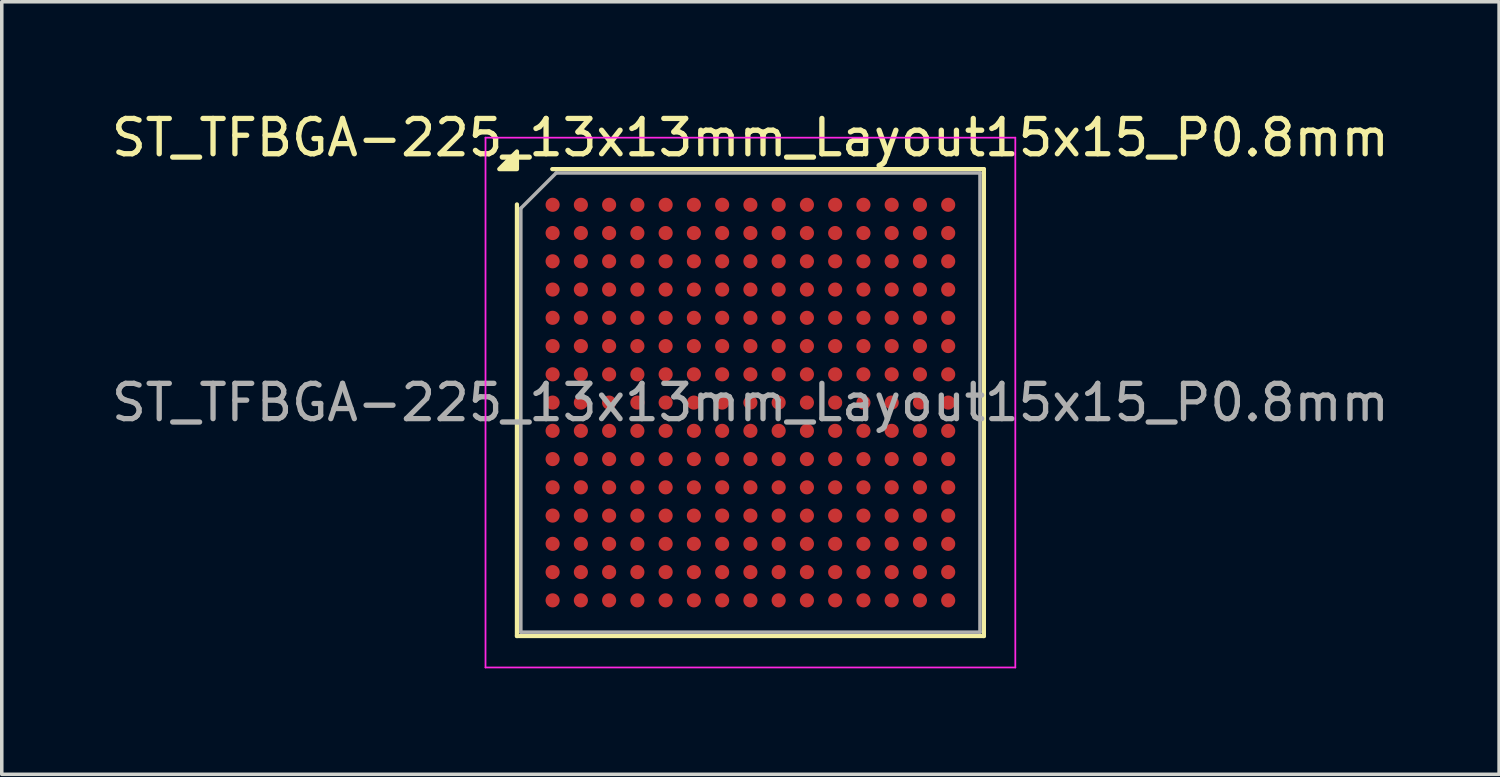
<source format=kicad_pcb>
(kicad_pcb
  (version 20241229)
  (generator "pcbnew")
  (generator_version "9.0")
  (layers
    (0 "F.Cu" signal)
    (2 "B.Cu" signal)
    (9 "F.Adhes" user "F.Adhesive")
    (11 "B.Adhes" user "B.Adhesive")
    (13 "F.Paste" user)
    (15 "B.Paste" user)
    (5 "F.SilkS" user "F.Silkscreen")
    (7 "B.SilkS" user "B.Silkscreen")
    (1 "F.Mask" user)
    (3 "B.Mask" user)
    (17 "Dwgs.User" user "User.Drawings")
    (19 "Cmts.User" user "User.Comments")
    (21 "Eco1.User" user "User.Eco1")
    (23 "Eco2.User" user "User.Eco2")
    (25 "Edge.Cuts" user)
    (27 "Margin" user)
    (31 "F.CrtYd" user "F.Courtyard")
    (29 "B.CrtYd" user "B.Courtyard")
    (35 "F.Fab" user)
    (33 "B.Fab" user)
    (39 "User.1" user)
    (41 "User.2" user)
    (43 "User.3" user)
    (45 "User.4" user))
  (footprint "ST_TFBGA-225_13x13mm_Layout15x15_P0.8mm"
    (layer "F.Cu")
    (at 18.196 8.348)
    (property "Reference" "ST_TFBGA-225_13x13mm_Layout15x15_P0.8mm" (at 0 -7.5 0) (layer "F.SilkS") (effects (font (size 1 1) (thickness 0.15))))
    (attr smd)
    (fp_line (start -6.61 6.61) (end -6.61 -5.61) (stroke (width 0.12) (type solid)) (layer "F.SilkS"))
    (fp_line (start -5.61 -6.61) (end 6.61 -6.61) (stroke (width 0.12) (type solid)) (layer "F.SilkS"))
    (fp_line (start 6.61 -6.61) (end 6.61 6.61) (stroke (width 0.12) (type solid)) (layer "F.SilkS"))
    (fp_line (start 6.61 6.61) (end -6.61 6.61) (stroke (width 0.12) (type solid)) (layer "F.SilkS"))
    (fp_poly (pts (xy -6.61 -6.61) (xy -7.11 -6.61) (xy -6.61 -7.11) (xy -6.61 -6.61)) (stroke (width 0.12) (type solid)) (fill yes) (layer "F.SilkS"))
    (fp_line (start -7.5 -7.5) (end -7.5 7.5) (stroke (width 0.05) (type solid)) (layer "F.CrtYd"))
    (fp_line (start -7.5 7.5) (end 7.5 7.5) (stroke (width 0.05) (type solid)) (layer "F.CrtYd"))
    (fp_line (start 7.5 -7.5) (end -7.5 -7.5) (stroke (width 0.05) (type solid)) (layer "F.CrtYd"))
    (fp_line (start 7.5 7.5) (end 7.5 -7.5) (stroke (width 0.05) (type solid)) (layer "F.CrtYd"))
    (fp_line (start -6.5 -5.5) (end -5.5 -6.5) (stroke (width 0.1) (type solid)) (layer "F.Fab"))
    (fp_line (start -6.5 6.5) (end -6.5 -5.5) (stroke (width 0.1) (type solid)) (layer "F.Fab"))
    (fp_line (start -5.5 -6.5) (end 6.5 -6.5) (stroke (width 0.1) (type solid)) (layer "F.Fab"))
    (fp_line (start 6.5 -6.5) (end 6.5 6.5) (stroke (width 0.1) (type solid)) (layer "F.Fab"))
    (fp_line (start 6.5 6.5) (end -6.5 6.5) (stroke (width 0.1) (type solid)) (layer "F.Fab"))
    (fp_text user "${REFERENCE}" (at 0 0 0) (layer "F.Fab") (effects (font (size 1 1) (thickness 0.15))))
    (pad "A1" smd circle (at -5.6 -5.6) (size 0.4 0.4) (property pad_prop_bga) (layers "F.Cu" "F.Mask" "F.Paste"))
    (pad "A2" smd circle (at -4.8 -5.6) (size 0.4 0.4) (property pad_prop_bga) (layers "F.Cu" "F.Mask" "F.Paste"))
    (pad "A3" smd circle (at -4 -5.6) (size 0.4 0.4) (property pad_prop_bga) (layers "F.Cu" "F.Mask" "F.Paste"))
    (pad "A4" smd circle (at -3.2 -5.6) (size 0.4 0.4) (property pad_prop_bga) (layers "F.Cu" "F.Mask" "F.Paste"))
    (pad "A5" smd circle (at -2.4 -5.6) (size 0.4 0.4) (property pad_prop_bga) (layers "F.Cu" "F.Mask" "F.Paste"))
    (pad "A6" smd circle (at -1.6 -5.6) (size 0.4 0.4) (property pad_prop_bga) (layers "F.Cu" "F.Mask" "F.Paste"))
    (pad "A7" smd circle (at -0.8 -5.6) (size 0.4 0.4) (property pad_prop_bga) (layers "F.Cu" "F.Mask" "F.Paste"))
    (pad "A8" smd circle (at 0 -5.6) (size 0.4 0.4) (property pad_prop_bga) (layers "F.Cu" "F.Mask" "F.Paste"))
    (pad "A9" smd circle (at 0.8 -5.6) (size 0.4 0.4) (property pad_prop_bga) (layers "F.Cu" "F.Mask" "F.Paste"))
    (pad "A10" smd circle (at 1.6 -5.6) (size 0.4 0.4) (property pad_prop_bga) (layers "F.Cu" "F.Mask" "F.Paste"))
    (pad "A11" smd circle (at 2.4 -5.6) (size 0.4 0.4) (property pad_prop_bga) (layers "F.Cu" "F.Mask" "F.Paste"))
    (pad "A12" smd circle (at 3.2 -5.6) (size 0.4 0.4) (property pad_prop_bga) (layers "F.Cu" "F.Mask" "F.Paste"))
    (pad "A13" smd circle (at 4 -5.6) (size 0.4 0.4) (property pad_prop_bga) (layers "F.Cu" "F.Mask" "F.Paste"))
    (pad "A14" smd circle (at 4.8 -5.6) (size 0.4 0.4) (property pad_prop_bga) (layers "F.Cu" "F.Mask" "F.Paste"))
    (pad "A15" smd circle (at 5.6 -5.6) (size 0.4 0.4) (property pad_prop_bga) (layers "F.Cu" "F.Mask" "F.Paste"))
    (pad "B1" smd circle (at -5.6 -4.8) (size 0.4 0.4) (property pad_prop_bga) (layers "F.Cu" "F.Mask" "F.Paste"))
    (pad "B2" smd circle (at -4.8 -4.8) (size 0.4 0.4) (property pad_prop_bga) (layers "F.Cu" "F.Mask" "F.Paste"))
    (pad "B3" smd circle (at -4 -4.8) (size 0.4 0.4) (property pad_prop_bga) (layers "F.Cu" "F.Mask" "F.Paste"))
    (pad "B4" smd circle (at -3.2 -4.8) (size 0.4 0.4) (property pad_prop_bga) (layers "F.Cu" "F.Mask" "F.Paste"))
    (pad "B5" smd circle (at -2.4 -4.8) (size 0.4 0.4) (property pad_prop_bga) (layers "F.Cu" "F.Mask" "F.Paste"))
    (pad "B6" smd circle (at -1.6 -4.8) (size 0.4 0.4) (property pad_prop_bga) (layers "F.Cu" "F.Mask" "F.Paste"))
    (pad "B7" smd circle (at -0.8 -4.8) (size 0.4 0.4) (property pad_prop_bga) (layers "F.Cu" "F.Mask" "F.Paste"))
    (pad "B8" smd circle (at 0 -4.8) (size 0.4 0.4) (property pad_prop_bga) (layers "F.Cu" "F.Mask" "F.Paste"))
    (pad "B9" smd circle (at 0.8 -4.8) (size 0.4 0.4) (property pad_prop_bga) (layers "F.Cu" "F.Mask" "F.Paste"))
    (pad "B10" smd circle (at 1.6 -4.8) (size 0.4 0.4) (property pad_prop_bga) (layers "F.Cu" "F.Mask" "F.Paste"))
    (pad "B11" smd circle (at 2.4 -4.8) (size 0.4 0.4) (property pad_prop_bga) (layers "F.Cu" "F.Mask" "F.Paste"))
    (pad "B12" smd circle (at 3.2 -4.8) (size 0.4 0.4) (property pad_prop_bga) (layers "F.Cu" "F.Mask" "F.Paste"))
    (pad "B13" smd circle (at 4 -4.8) (size 0.4 0.4) (property pad_prop_bga) (layers "F.Cu" "F.Mask" "F.Paste"))
    (pad "B14" smd circle (at 4.8 -4.8) (size 0.4 0.4) (property pad_prop_bga) (layers "F.Cu" "F.Mask" "F.Paste"))
    (pad "B15" smd circle (at 5.6 -4.8) (size 0.4 0.4) (property pad_prop_bga) (layers "F.Cu" "F.Mask" "F.Paste"))
    (pad "C1" smd circle (at -5.6 -4) (size 0.4 0.4) (property pad_prop_bga) (layers "F.Cu" "F.Mask" "F.Paste"))
    (pad "C2" smd circle (at -4.8 -4) (size 0.4 0.4) (property pad_prop_bga) (layers "F.Cu" "F.Mask" "F.Paste"))
    (pad "C3" smd circle (at -4 -4) (size 0.4 0.4) (property pad_prop_bga) (layers "F.Cu" "F.Mask" "F.Paste"))
    (pad "C4" smd circle (at -3.2 -4) (size 0.4 0.4) (property pad_prop_bga) (layers "F.Cu" "F.Mask" "F.Paste"))
    (pad "C5" smd circle (at -2.4 -4) (size 0.4 0.4) (property pad_prop_bga) (layers "F.Cu" "F.Mask" "F.Paste"))
    (pad "C6" smd circle (at -1.6 -4) (size 0.4 0.4) (property pad_prop_bga) (layers "F.Cu" "F.Mask" "F.Paste"))
    (pad "C7" smd circle (at -0.8 -4) (size 0.4 0.4) (property pad_prop_bga) (layers "F.Cu" "F.Mask" "F.Paste"))
    (pad "C8" smd circle (at 0 -4) (size 0.4 0.4) (property pad_prop_bga) (layers "F.Cu" "F.Mask" "F.Paste"))
    (pad "C9" smd circle (at 0.8 -4) (size 0.4 0.4) (property pad_prop_bga) (layers "F.Cu" "F.Mask" "F.Paste"))
    (pad "C10" smd circle (at 1.6 -4) (size 0.4 0.4) (property pad_prop_bga) (layers "F.Cu" "F.Mask" "F.Paste"))
    (pad "C11" smd circle (at 2.4 -4) (size 0.4 0.4) (property pad_prop_bga) (layers "F.Cu" "F.Mask" "F.Paste"))
    (pad "C12" smd circle (at 3.2 -4) (size 0.4 0.4) (property pad_prop_bga) (layers "F.Cu" "F.Mask" "F.Paste"))
    (pad "C13" smd circle (at 4 -4) (size 0.4 0.4) (property pad_prop_bga) (layers "F.Cu" "F.Mask" "F.Paste"))
    (pad "C14" smd circle (at 4.8 -4) (size 0.4 0.4) (property pad_prop_bga) (layers "F.Cu" "F.Mask" "F.Paste"))
    (pad "C15" smd circle (at 5.6 -4) (size 0.4 0.4) (property pad_prop_bga) (layers "F.Cu" "F.Mask" "F.Paste"))
    (pad "D1" smd circle (at -5.6 -3.2) (size 0.4 0.4) (property pad_prop_bga) (layers "F.Cu" "F.Mask" "F.Paste"))
    (pad "D2" smd circle (at -4.8 -3.2) (size 0.4 0.4) (property pad_prop_bga) (layers "F.Cu" "F.Mask" "F.Paste"))
    (pad "D3" smd circle (at -4 -3.2) (size 0.4 0.4) (property pad_prop_bga) (layers "F.Cu" "F.Mask" "F.Paste"))
    (pad "D4" smd circle (at -3.2 -3.2) (size 0.4 0.4) (property pad_prop_bga) (layers "F.Cu" "F.Mask" "F.Paste"))
    (pad "D5" smd circle (at -2.4 -3.2) (size 0.4 0.4) (property pad_prop_bga) (layers "F.Cu" "F.Mask" "F.Paste"))
    (pad "D6" smd circle (at -1.6 -3.2) (size 0.4 0.4) (property pad_prop_bga) (layers "F.Cu" "F.Mask" "F.Paste"))
    (pad "D7" smd circle (at -0.8 -3.2) (size 0.4 0.4) (property pad_prop_bga) (layers "F.Cu" "F.Mask" "F.Paste"))
    (pad "D8" smd circle (at 0 -3.2) (size 0.4 0.4) (property pad_prop_bga) (layers "F.Cu" "F.Mask" "F.Paste"))
    (pad "D9" smd circle (at 0.8 -3.2) (size 0.4 0.4) (property pad_prop_bga) (layers "F.Cu" "F.Mask" "F.Paste"))
    (pad "D10" smd circle (at 1.6 -3.2) (size 0.4 0.4) (property pad_prop_bga) (layers "F.Cu" "F.Mask" "F.Paste"))
    (pad "D11" smd circle (at 2.4 -3.2) (size 0.4 0.4) (property pad_prop_bga) (layers "F.Cu" "F.Mask" "F.Paste"))
    (pad "D12" smd circle (at 3.2 -3.2) (size 0.4 0.4) (property pad_prop_bga) (layers "F.Cu" "F.Mask" "F.Paste"))
    (pad "D13" smd circle (at 4 -3.2) (size 0.4 0.4) (property pad_prop_bga) (layers "F.Cu" "F.Mask" "F.Paste"))
    (pad "D14" smd circle (at 4.8 -3.2) (size 0.4 0.4) (property pad_prop_bga) (layers "F.Cu" "F.Mask" "F.Paste"))
    (pad "D15" smd circle (at 5.6 -3.2) (size 0.4 0.4) (property pad_prop_bga) (layers "F.Cu" "F.Mask" "F.Paste"))
    (pad "E1" smd circle (at -5.6 -2.4) (size 0.4 0.4) (property pad_prop_bga) (layers "F.Cu" "F.Mask" "F.Paste"))
    (pad "E2" smd circle (at -4.8 -2.4) (size 0.4 0.4) (property pad_prop_bga) (layers "F.Cu" "F.Mask" "F.Paste"))
    (pad "E3" smd circle (at -4 -2.4) (size 0.4 0.4) (property pad_prop_bga) (layers "F.Cu" "F.Mask" "F.Paste"))
    (pad "E4" smd circle (at -3.2 -2.4) (size 0.4 0.4) (property pad_prop_bga) (layers "F.Cu" "F.Mask" "F.Paste"))
    (pad "E5" smd circle (at -2.4 -2.4) (size 0.4 0.4) (property pad_prop_bga) (layers "F.Cu" "F.Mask" "F.Paste"))
    (pad "E6" smd circle (at -1.6 -2.4) (size 0.4 0.4) (property pad_prop_bga) (layers "F.Cu" "F.Mask" "F.Paste"))
    (pad "E7" smd circle (at -0.8 -2.4) (size 0.4 0.4) (property pad_prop_bga) (layers "F.Cu" "F.Mask" "F.Paste"))
    (pad "E8" smd circle (at 0 -2.4) (size 0.4 0.4) (property pad_prop_bga) (layers "F.Cu" "F.Mask" "F.Paste"))
    (pad "E9" smd circle (at 0.8 -2.4) (size 0.4 0.4) (property pad_prop_bga) (layers "F.Cu" "F.Mask" "F.Paste"))
    (pad "E10" smd circle (at 1.6 -2.4) (size 0.4 0.4) (property pad_prop_bga) (layers "F.Cu" "F.Mask" "F.Paste"))
    (pad "E11" smd circle (at 2.4 -2.4) (size 0.4 0.4) (property pad_prop_bga) (layers "F.Cu" "F.Mask" "F.Paste"))
    (pad "E12" smd circle (at 3.2 -2.4) (size 0.4 0.4) (property pad_prop_bga) (layers "F.Cu" "F.Mask" "F.Paste"))
    (pad "E13" smd circle (at 4 -2.4) (size 0.4 0.4) (property pad_prop_bga) (layers "F.Cu" "F.Mask" "F.Paste"))
    (pad "E14" smd circle (at 4.8 -2.4) (size 0.4 0.4) (property pad_prop_bga) (layers "F.Cu" "F.Mask" "F.Paste"))
    (pad "E15" smd circle (at 5.6 -2.4) (size 0.4 0.4) (property pad_prop_bga) (layers "F.Cu" "F.Mask" "F.Paste"))
    (pad "F1" smd circle (at -5.6 -1.6) (size 0.4 0.4) (property pad_prop_bga) (layers "F.Cu" "F.Mask" "F.Paste"))
    (pad "F2" smd circle (at -4.8 -1.6) (size 0.4 0.4) (property pad_prop_bga) (layers "F.Cu" "F.Mask" "F.Paste"))
    (pad "F3" smd circle (at -4 -1.6) (size 0.4 0.4) (property pad_prop_bga) (layers "F.Cu" "F.Mask" "F.Paste"))
    (pad "F4" smd circle (at -3.2 -1.6) (size 0.4 0.4) (property pad_prop_bga) (layers "F.Cu" "F.Mask" "F.Paste"))
    (pad "F5" smd circle (at -2.4 -1.6) (size 0.4 0.4) (property pad_prop_bga) (layers "F.Cu" "F.Mask" "F.Paste"))
    (pad "F6" smd circle (at -1.6 -1.6) (size 0.4 0.4) (property pad_prop_bga) (layers "F.Cu" "F.Mask" "F.Paste"))
    (pad "F7" smd circle (at -0.8 -1.6) (size 0.4 0.4) (property pad_prop_bga) (layers "F.Cu" "F.Mask" "F.Paste"))
    (pad "F8" smd circle (at 0 -1.6) (size 0.4 0.4) (property pad_prop_bga) (layers "F.Cu" "F.Mask" "F.Paste"))
    (pad "F9" smd circle (at 0.8 -1.6) (size 0.4 0.4) (property pad_prop_bga) (layers "F.Cu" "F.Mask" "F.Paste"))
    (pad "F10" smd circle (at 1.6 -1.6) (size 0.4 0.4) (property pad_prop_bga) (layers "F.Cu" "F.Mask" "F.Paste"))
    (pad "F11" smd circle (at 2.4 -1.6) (size 0.4 0.4) (property pad_prop_bga) (layers "F.Cu" "F.Mask" "F.Paste"))
    (pad "F12" smd circle (at 3.2 -1.6) (size 0.4 0.4) (property pad_prop_bga) (layers "F.Cu" "F.Mask" "F.Paste"))
    (pad "F13" smd circle (at 4 -1.6) (size 0.4 0.4) (property pad_prop_bga) (layers "F.Cu" "F.Mask" "F.Paste"))
    (pad "F14" smd circle (at 4.8 -1.6) (size 0.4 0.4) (property pad_prop_bga) (layers "F.Cu" "F.Mask" "F.Paste"))
    (pad "F15" smd circle (at 5.6 -1.6) (size 0.4 0.4) (property pad_prop_bga) (layers "F.Cu" "F.Mask" "F.Paste"))
    (pad "G1" smd circle (at -5.6 -0.8) (size 0.4 0.4) (property pad_prop_bga) (layers "F.Cu" "F.Mask" "F.Paste"))
    (pad "G2" smd circle (at -4.8 -0.8) (size 0.4 0.4) (property pad_prop_bga) (layers "F.Cu" "F.Mask" "F.Paste"))
    (pad "G3" smd circle (at -4 -0.8) (size 0.4 0.4) (property pad_prop_bga) (layers "F.Cu" "F.Mask" "F.Paste"))
    (pad "G4" smd circle (at -3.2 -0.8) (size 0.4 0.4) (property pad_prop_bga) (layers "F.Cu" "F.Mask" "F.Paste"))
    (pad "G5" smd circle (at -2.4 -0.8) (size 0.4 0.4) (property pad_prop_bga) (layers "F.Cu" "F.Mask" "F.Paste"))
    (pad "G6" smd circle (at -1.6 -0.8) (size 0.4 0.4) (property pad_prop_bga) (layers "F.Cu" "F.Mask" "F.Paste"))
    (pad "G7" smd circle (at -0.8 -0.8) (size 0.4 0.4) (property pad_prop_bga) (layers "F.Cu" "F.Mask" "F.Paste"))
    (pad "G8" smd circle (at 0 -0.8) (size 0.4 0.4) (property pad_prop_bga) (layers "F.Cu" "F.Mask" "F.Paste"))
    (pad "G9" smd circle (at 0.8 -0.8) (size 0.4 0.4) (property pad_prop_bga) (layers "F.Cu" "F.Mask" "F.Paste"))
    (pad "G10" smd circle (at 1.6 -0.8) (size 0.4 0.4) (property pad_prop_bga) (layers "F.Cu" "F.Mask" "F.Paste"))
    (pad "G11" smd circle (at 2.4 -0.8) (size 0.4 0.4) (property pad_prop_bga) (layers "F.Cu" "F.Mask" "F.Paste"))
    (pad "G12" smd circle (at 3.2 -0.8) (size 0.4 0.4) (property pad_prop_bga) (layers "F.Cu" "F.Mask" "F.Paste"))
    (pad "G13" smd circle (at 4 -0.8) (size 0.4 0.4) (property pad_prop_bga) (layers "F.Cu" "F.Mask" "F.Paste"))
    (pad "G14" smd circle (at 4.8 -0.8) (size 0.4 0.4) (property pad_prop_bga) (layers "F.Cu" "F.Mask" "F.Paste"))
    (pad "G15" smd circle (at 5.6 -0.8) (size 0.4 0.4) (property pad_prop_bga) (layers "F.Cu" "F.Mask" "F.Paste"))
    (pad "H1" smd circle (at -5.6 0) (size 0.4 0.4) (property pad_prop_bga) (layers "F.Cu" "F.Mask" "F.Paste"))
    (pad "H2" smd circle (at -4.8 0) (size 0.4 0.4) (property pad_prop_bga) (layers "F.Cu" "F.Mask" "F.Paste"))
    (pad "H3" smd circle (at -4 0) (size 0.4 0.4) (property pad_prop_bga) (layers "F.Cu" "F.Mask" "F.Paste"))
    (pad "H4" smd circle (at -3.2 0) (size 0.4 0.4) (property pad_prop_bga) (layers "F.Cu" "F.Mask" "F.Paste"))
    (pad "H5" smd circle (at -2.4 0) (size 0.4 0.4) (property pad_prop_bga) (layers "F.Cu" "F.Mask" "F.Paste"))
    (pad "H6" smd circle (at -1.6 0) (size 0.4 0.4) (property pad_prop_bga) (layers "F.Cu" "F.Mask" "F.Paste"))
    (pad "H7" smd circle (at -0.8 0) (size 0.4 0.4) (property pad_prop_bga) (layers "F.Cu" "F.Mask" "F.Paste"))
    (pad "H8" smd circle (at 0 0) (size 0.4 0.4) (property pad_prop_bga) (layers "F.Cu" "F.Mask" "F.Paste"))
    (pad "H9" smd circle (at 0.8 0) (size 0.4 0.4) (property pad_prop_bga) (layers "F.Cu" "F.Mask" "F.Paste"))
    (pad "H10" smd circle (at 1.6 0) (size 0.4 0.4) (property pad_prop_bga) (layers "F.Cu" "F.Mask" "F.Paste"))
    (pad "H11" smd circle (at 2.4 0) (size 0.4 0.4) (property pad_prop_bga) (layers "F.Cu" "F.Mask" "F.Paste"))
    (pad "H12" smd circle (at 3.2 0) (size 0.4 0.4) (property pad_prop_bga) (layers "F.Cu" "F.Mask" "F.Paste"))
    (pad "H13" smd circle (at 4 0) (size 0.4 0.4) (property pad_prop_bga) (layers "F.Cu" "F.Mask" "F.Paste"))
    (pad "H14" smd circle (at 4.8 0) (size 0.4 0.4) (property pad_prop_bga) (layers "F.Cu" "F.Mask" "F.Paste"))
    (pad "H15" smd circle (at 5.6 0) (size 0.4 0.4) (property pad_prop_bga) (layers "F.Cu" "F.Mask" "F.Paste"))
    (pad "J1" smd circle (at -5.6 0.8) (size 0.4 0.4) (property pad_prop_bga) (layers "F.Cu" "F.Mask" "F.Paste"))
    (pad "J2" smd circle (at -4.8 0.8) (size 0.4 0.4) (property pad_prop_bga) (layers "F.Cu" "F.Mask" "F.Paste"))
    (pad "J3" smd circle (at -4 0.8) (size 0.4 0.4) (property pad_prop_bga) (layers "F.Cu" "F.Mask" "F.Paste"))
    (pad "J4" smd circle (at -3.2 0.8) (size 0.4 0.4) (property pad_prop_bga) (layers "F.Cu" "F.Mask" "F.Paste"))
    (pad "J5" smd circle (at -2.4 0.8) (size 0.4 0.4) (property pad_prop_bga) (layers "F.Cu" "F.Mask" "F.Paste"))
    (pad "J6" smd circle (at -1.6 0.8) (size 0.4 0.4) (property pad_prop_bga) (layers "F.Cu" "F.Mask" "F.Paste"))
    (pad "J7" smd circle (at -0.8 0.8) (size 0.4 0.4) (property pad_prop_bga) (layers "F.Cu" "F.Mask" "F.Paste"))
    (pad "J8" smd circle (at 0 0.8) (size 0.4 0.4) (property pad_prop_bga) (layers "F.Cu" "F.Mask" "F.Paste"))
    (pad "J9" smd circle (at 0.8 0.8) (size 0.4 0.4) (property pad_prop_bga) (layers "F.Cu" "F.Mask" "F.Paste"))
    (pad "J10" smd circle (at 1.6 0.8) (size 0.4 0.4) (property pad_prop_bga) (layers "F.Cu" "F.Mask" "F.Paste"))
    (pad "J11" smd circle (at 2.4 0.8) (size 0.4 0.4) (property pad_prop_bga) (layers "F.Cu" "F.Mask" "F.Paste"))
    (pad "J12" smd circle (at 3.2 0.8) (size 0.4 0.4) (property pad_prop_bga) (layers "F.Cu" "F.Mask" "F.Paste"))
    (pad "J13" smd circle (at 4 0.8) (size 0.4 0.4) (property pad_prop_bga) (layers "F.Cu" "F.Mask" "F.Paste"))
    (pad "J14" smd circle (at 4.8 0.8) (size 0.4 0.4) (property pad_prop_bga) (layers "F.Cu" "F.Mask" "F.Paste"))
    (pad "J15" smd circle (at 5.6 0.8) (size 0.4 0.4) (property pad_prop_bga) (layers "F.Cu" "F.Mask" "F.Paste"))
    (pad "K1" smd circle (at -5.6 1.6) (size 0.4 0.4) (property pad_prop_bga) (layers "F.Cu" "F.Mask" "F.Paste"))
    (pad "K2" smd circle (at -4.8 1.6) (size 0.4 0.4) (property pad_prop_bga) (layers "F.Cu" "F.Mask" "F.Paste"))
    (pad "K3" smd circle (at -4 1.6) (size 0.4 0.4) (property pad_prop_bga) (layers "F.Cu" "F.Mask" "F.Paste"))
    (pad "K4" smd circle (at -3.2 1.6) (size 0.4 0.4) (property pad_prop_bga) (layers "F.Cu" "F.Mask" "F.Paste"))
    (pad "K5" smd circle (at -2.4 1.6) (size 0.4 0.4) (property pad_prop_bga) (layers "F.Cu" "F.Mask" "F.Paste"))
    (pad "K6" smd circle (at -1.6 1.6) (size 0.4 0.4) (property pad_prop_bga) (layers "F.Cu" "F.Mask" "F.Paste"))
    (pad "K7" smd circle (at -0.8 1.6) (size 0.4 0.4) (property pad_prop_bga) (layers "F.Cu" "F.Mask" "F.Paste"))
    (pad "K8" smd circle (at 0 1.6) (size 0.4 0.4) (property pad_prop_bga) (layers "F.Cu" "F.Mask" "F.Paste"))
    (pad "K9" smd circle (at 0.8 1.6) (size 0.4 0.4) (property pad_prop_bga) (layers "F.Cu" "F.Mask" "F.Paste"))
    (pad "K10" smd circle (at 1.6 1.6) (size 0.4 0.4) (property pad_prop_bga) (layers "F.Cu" "F.Mask" "F.Paste"))
    (pad "K11" smd circle (at 2.4 1.6) (size 0.4 0.4) (property pad_prop_bga) (layers "F.Cu" "F.Mask" "F.Paste"))
    (pad "K12" smd circle (at 3.2 1.6) (size 0.4 0.4) (property pad_prop_bga) (layers "F.Cu" "F.Mask" "F.Paste"))
    (pad "K13" smd circle (at 4 1.6) (size 0.4 0.4) (property pad_prop_bga) (layers "F.Cu" "F.Mask" "F.Paste"))
    (pad "K14" smd circle (at 4.8 1.6) (size 0.4 0.4) (property pad_prop_bga) (layers "F.Cu" "F.Mask" "F.Paste"))
    (pad "K15" smd circle (at 5.6 1.6) (size 0.4 0.4) (property pad_prop_bga) (layers "F.Cu" "F.Mask" "F.Paste"))
    (pad "L1" smd circle (at -5.6 2.4) (size 0.4 0.4) (property pad_prop_bga) (layers "F.Cu" "F.Mask" "F.Paste"))
    (pad "L2" smd circle (at -4.8 2.4) (size 0.4 0.4) (property pad_prop_bga) (layers "F.Cu" "F.Mask" "F.Paste"))
    (pad "L3" smd circle (at -4 2.4) (size 0.4 0.4) (property pad_prop_bga) (layers "F.Cu" "F.Mask" "F.Paste"))
    (pad "L4" smd circle (at -3.2 2.4) (size 0.4 0.4) (property pad_prop_bga) (layers "F.Cu" "F.Mask" "F.Paste"))
    (pad "L5" smd circle (at -2.4 2.4) (size 0.4 0.4) (property pad_prop_bga) (layers "F.Cu" "F.Mask" "F.Paste"))
    (pad "L6" smd circle (at -1.6 2.4) (size 0.4 0.4) (property pad_prop_bga) (layers "F.Cu" "F.Mask" "F.Paste"))
    (pad "L7" smd circle (at -0.8 2.4) (size 0.4 0.4) (property pad_prop_bga) (layers "F.Cu" "F.Mask" "F.Paste"))
    (pad "L8" smd circle (at 0 2.4) (size 0.4 0.4) (property pad_prop_bga) (layers "F.Cu" "F.Mask" "F.Paste"))
    (pad "L9" smd circle (at 0.8 2.4) (size 0.4 0.4) (property pad_prop_bga) (layers "F.Cu" "F.Mask" "F.Paste"))
    (pad "L10" smd circle (at 1.6 2.4) (size 0.4 0.4) (property pad_prop_bga) (layers "F.Cu" "F.Mask" "F.Paste"))
    (pad "L11" smd circle (at 2.4 2.4) (size 0.4 0.4) (property pad_prop_bga) (layers "F.Cu" "F.Mask" "F.Paste"))
    (pad "L12" smd circle (at 3.2 2.4) (size 0.4 0.4) (property pad_prop_bga) (layers "F.Cu" "F.Mask" "F.Paste"))
    (pad "L13" smd circle (at 4 2.4) (size 0.4 0.4) (property pad_prop_bga) (layers "F.Cu" "F.Mask" "F.Paste"))
    (pad "L14" smd circle (at 4.8 2.4) (size 0.4 0.4) (property pad_prop_bga) (layers "F.Cu" "F.Mask" "F.Paste"))
    (pad "L15" smd circle (at 5.6 2.4) (size 0.4 0.4) (property pad_prop_bga) (layers "F.Cu" "F.Mask" "F.Paste"))
    (pad "M1" smd circle (at -5.6 3.2) (size 0.4 0.4) (property pad_prop_bga) (layers "F.Cu" "F.Mask" "F.Paste"))
    (pad "M2" smd circle (at -4.8 3.2) (size 0.4 0.4) (property pad_prop_bga) (layers "F.Cu" "F.Mask" "F.Paste"))
    (pad "M3" smd circle (at -4 3.2) (size 0.4 0.4) (property pad_prop_bga) (layers "F.Cu" "F.Mask" "F.Paste"))
    (pad "M4" smd circle (at -3.2 3.2) (size 0.4 0.4) (property pad_prop_bga) (layers "F.Cu" "F.Mask" "F.Paste"))
    (pad "M5" smd circle (at -2.4 3.2) (size 0.4 0.4) (property pad_prop_bga) (layers "F.Cu" "F.Mask" "F.Paste"))
    (pad "M6" smd circle (at -1.6 3.2) (size 0.4 0.4) (property pad_prop_bga) (layers "F.Cu" "F.Mask" "F.Paste"))
    (pad "M7" smd circle (at -0.8 3.2) (size 0.4 0.4) (property pad_prop_bga) (layers "F.Cu" "F.Mask" "F.Paste"))
    (pad "M8" smd circle (at 0 3.2) (size 0.4 0.4) (property pad_prop_bga) (layers "F.Cu" "F.Mask" "F.Paste"))
    (pad "M9" smd circle (at 0.8 3.2) (size 0.4 0.4) (property pad_prop_bga) (layers "F.Cu" "F.Mask" "F.Paste"))
    (pad "M10" smd circle (at 1.6 3.2) (size 0.4 0.4) (property pad_prop_bga) (layers "F.Cu" "F.Mask" "F.Paste"))
    (pad "M11" smd circle (at 2.4 3.2) (size 0.4 0.4) (property pad_prop_bga) (layers "F.Cu" "F.Mask" "F.Paste"))
    (pad "M12" smd circle (at 3.2 3.2) (size 0.4 0.4) (property pad_prop_bga) (layers "F.Cu" "F.Mask" "F.Paste"))
    (pad "M13" smd circle (at 4 3.2) (size 0.4 0.4) (property pad_prop_bga) (layers "F.Cu" "F.Mask" "F.Paste"))
    (pad "M14" smd circle (at 4.8 3.2) (size 0.4 0.4) (property pad_prop_bga) (layers "F.Cu" "F.Mask" "F.Paste"))
    (pad "M15" smd circle (at 5.6 3.2) (size 0.4 0.4) (property pad_prop_bga) (layers "F.Cu" "F.Mask" "F.Paste"))
    (pad "N1" smd circle (at -5.6 4) (size 0.4 0.4) (property pad_prop_bga) (layers "F.Cu" "F.Mask" "F.Paste"))
    (pad "N2" smd circle (at -4.8 4) (size 0.4 0.4) (property pad_prop_bga) (layers "F.Cu" "F.Mask" "F.Paste"))
    (pad "N3" smd circle (at -4 4) (size 0.4 0.4) (property pad_prop_bga) (layers "F.Cu" "F.Mask" "F.Paste"))
    (pad "N4" smd circle (at -3.2 4) (size 0.4 0.4) (property pad_prop_bga) (layers "F.Cu" "F.Mask" "F.Paste"))
    (pad "N5" smd circle (at -2.4 4) (size 0.4 0.4) (property pad_prop_bga) (layers "F.Cu" "F.Mask" "F.Paste"))
    (pad "N6" smd circle (at -1.6 4) (size 0.4 0.4) (property pad_prop_bga) (layers "F.Cu" "F.Mask" "F.Paste"))
    (pad "N7" smd circle (at -0.8 4) (size 0.4 0.4) (property pad_prop_bga) (layers "F.Cu" "F.Mask" "F.Paste"))
    (pad "N8" smd circle (at 0 4) (size 0.4 0.4) (property pad_prop_bga) (layers "F.Cu" "F.Mask" "F.Paste"))
    (pad "N9" smd circle (at 0.8 4) (size 0.4 0.4) (property pad_prop_bga) (layers "F.Cu" "F.Mask" "F.Paste"))
    (pad "N10" smd circle (at 1.6 4) (size 0.4 0.4) (property pad_prop_bga) (layers "F.Cu" "F.Mask" "F.Paste"))
    (pad "N11" smd circle (at 2.4 4) (size 0.4 0.4) (property pad_prop_bga) (layers "F.Cu" "F.Mask" "F.Paste"))
    (pad "N12" smd circle (at 3.2 4) (size 0.4 0.4) (property pad_prop_bga) (layers "F.Cu" "F.Mask" "F.Paste"))
    (pad "N13" smd circle (at 4 4) (size 0.4 0.4) (property pad_prop_bga) (layers "F.Cu" "F.Mask" "F.Paste"))
    (pad "N14" smd circle (at 4.8 4) (size 0.4 0.4) (property pad_prop_bga) (layers "F.Cu" "F.Mask" "F.Paste"))
    (pad "N15" smd circle (at 5.6 4) (size 0.4 0.4) (property pad_prop_bga) (layers "F.Cu" "F.Mask" "F.Paste"))
    (pad "P1" smd circle (at -5.6 4.8) (size 0.4 0.4) (property pad_prop_bga) (layers "F.Cu" "F.Mask" "F.Paste"))
    (pad "P2" smd circle (at -4.8 4.8) (size 0.4 0.4) (property pad_prop_bga) (layers "F.Cu" "F.Mask" "F.Paste"))
    (pad "P3" smd circle (at -4 4.8) (size 0.4 0.4) (property pad_prop_bga) (layers "F.Cu" "F.Mask" "F.Paste"))
    (pad "P4" smd circle (at -3.2 4.8) (size 0.4 0.4) (property pad_prop_bga) (layers "F.Cu" "F.Mask" "F.Paste"))
    (pad "P5" smd circle (at -2.4 4.8) (size 0.4 0.4) (property pad_prop_bga) (layers "F.Cu" "F.Mask" "F.Paste"))
    (pad "P6" smd circle (at -1.6 4.8) (size 0.4 0.4) (property pad_prop_bga) (layers "F.Cu" "F.Mask" "F.Paste"))
    (pad "P7" smd circle (at -0.8 4.8) (size 0.4 0.4) (property pad_prop_bga) (layers "F.Cu" "F.Mask" "F.Paste"))
    (pad "P8" smd circle (at 0 4.8) (size 0.4 0.4) (property pad_prop_bga) (layers "F.Cu" "F.Mask" "F.Paste"))
    (pad "P9" smd circle (at 0.8 4.8) (size 0.4 0.4) (property pad_prop_bga) (layers "F.Cu" "F.Mask" "F.Paste"))
    (pad "P10" smd circle (at 1.6 4.8) (size 0.4 0.4) (property pad_prop_bga) (layers "F.Cu" "F.Mask" "F.Paste"))
    (pad "P11" smd circle (at 2.4 4.8) (size 0.4 0.4) (property pad_prop_bga) (layers "F.Cu" "F.Mask" "F.Paste"))
    (pad "P12" smd circle (at 3.2 4.8) (size 0.4 0.4) (property pad_prop_bga) (layers "F.Cu" "F.Mask" "F.Paste"))
    (pad "P13" smd circle (at 4 4.8) (size 0.4 0.4) (property pad_prop_bga) (layers "F.Cu" "F.Mask" "F.Paste"))
    (pad "P14" smd circle (at 4.8 4.8) (size 0.4 0.4) (property pad_prop_bga) (layers "F.Cu" "F.Mask" "F.Paste"))
    (pad "P15" smd circle (at 5.6 4.8) (size 0.4 0.4) (property pad_prop_bga) (layers "F.Cu" "F.Mask" "F.Paste"))
    (pad "R1" smd circle (at -5.6 5.6) (size 0.4 0.4) (property pad_prop_bga) (layers "F.Cu" "F.Mask" "F.Paste"))
    (pad "R2" smd circle (at -4.8 5.6) (size 0.4 0.4) (property pad_prop_bga) (layers "F.Cu" "F.Mask" "F.Paste"))
    (pad "R3" smd circle (at -4 5.6) (size 0.4 0.4) (property pad_prop_bga) (layers "F.Cu" "F.Mask" "F.Paste"))
    (pad "R4" smd circle (at -3.2 5.6) (size 0.4 0.4) (property pad_prop_bga) (layers "F.Cu" "F.Mask" "F.Paste"))
    (pad "R5" smd circle (at -2.4 5.6) (size 0.4 0.4) (property pad_prop_bga) (layers "F.Cu" "F.Mask" "F.Paste"))
    (pad "R6" smd circle (at -1.6 5.6) (size 0.4 0.4) (property pad_prop_bga) (layers "F.Cu" "F.Mask" "F.Paste"))
    (pad "R7" smd circle (at -0.8 5.6) (size 0.4 0.4) (property pad_prop_bga) (layers "F.Cu" "F.Mask" "F.Paste"))
    (pad "R8" smd circle (at 0 5.6) (size 0.4 0.4) (property pad_prop_bga) (layers "F.Cu" "F.Mask" "F.Paste"))
    (pad "R9" smd circle (at 0.8 5.6) (size 0.4 0.4) (property pad_prop_bga) (layers "F.Cu" "F.Mask" "F.Paste"))
    (pad "R10" smd circle (at 1.6 5.6) (size 0.4 0.4) (property pad_prop_bga) (layers "F.Cu" "F.Mask" "F.Paste"))
    (pad "R11" smd circle (at 2.4 5.6) (size 0.4 0.4) (property pad_prop_bga) (layers "F.Cu" "F.Mask" "F.Paste"))
    (pad "R12" smd circle (at 3.2 5.6) (size 0.4 0.4) (property pad_prop_bga) (layers "F.Cu" "F.Mask" "F.Paste"))
    (pad "R13" smd circle (at 4 5.6) (size 0.4 0.4) (property pad_prop_bga) (layers "F.Cu" "F.Mask" "F.Paste"))
    (pad "R14" smd circle (at 4.8 5.6) (size 0.4 0.4) (property pad_prop_bga) (layers "F.Cu" "F.Mask" "F.Paste"))
    (pad "R15" smd circle (at 5.6 5.6) (size 0.4 0.4) (property pad_prop_bga) (layers "F.Cu" "F.Mask" "F.Paste")))
  (gr_rect
    (start -3 -3)
    (end 39.393 18.873)
    (stroke (width 0.1) (type default))
    (fill no)
    (layer "Edge.Cuts")))
</source>
